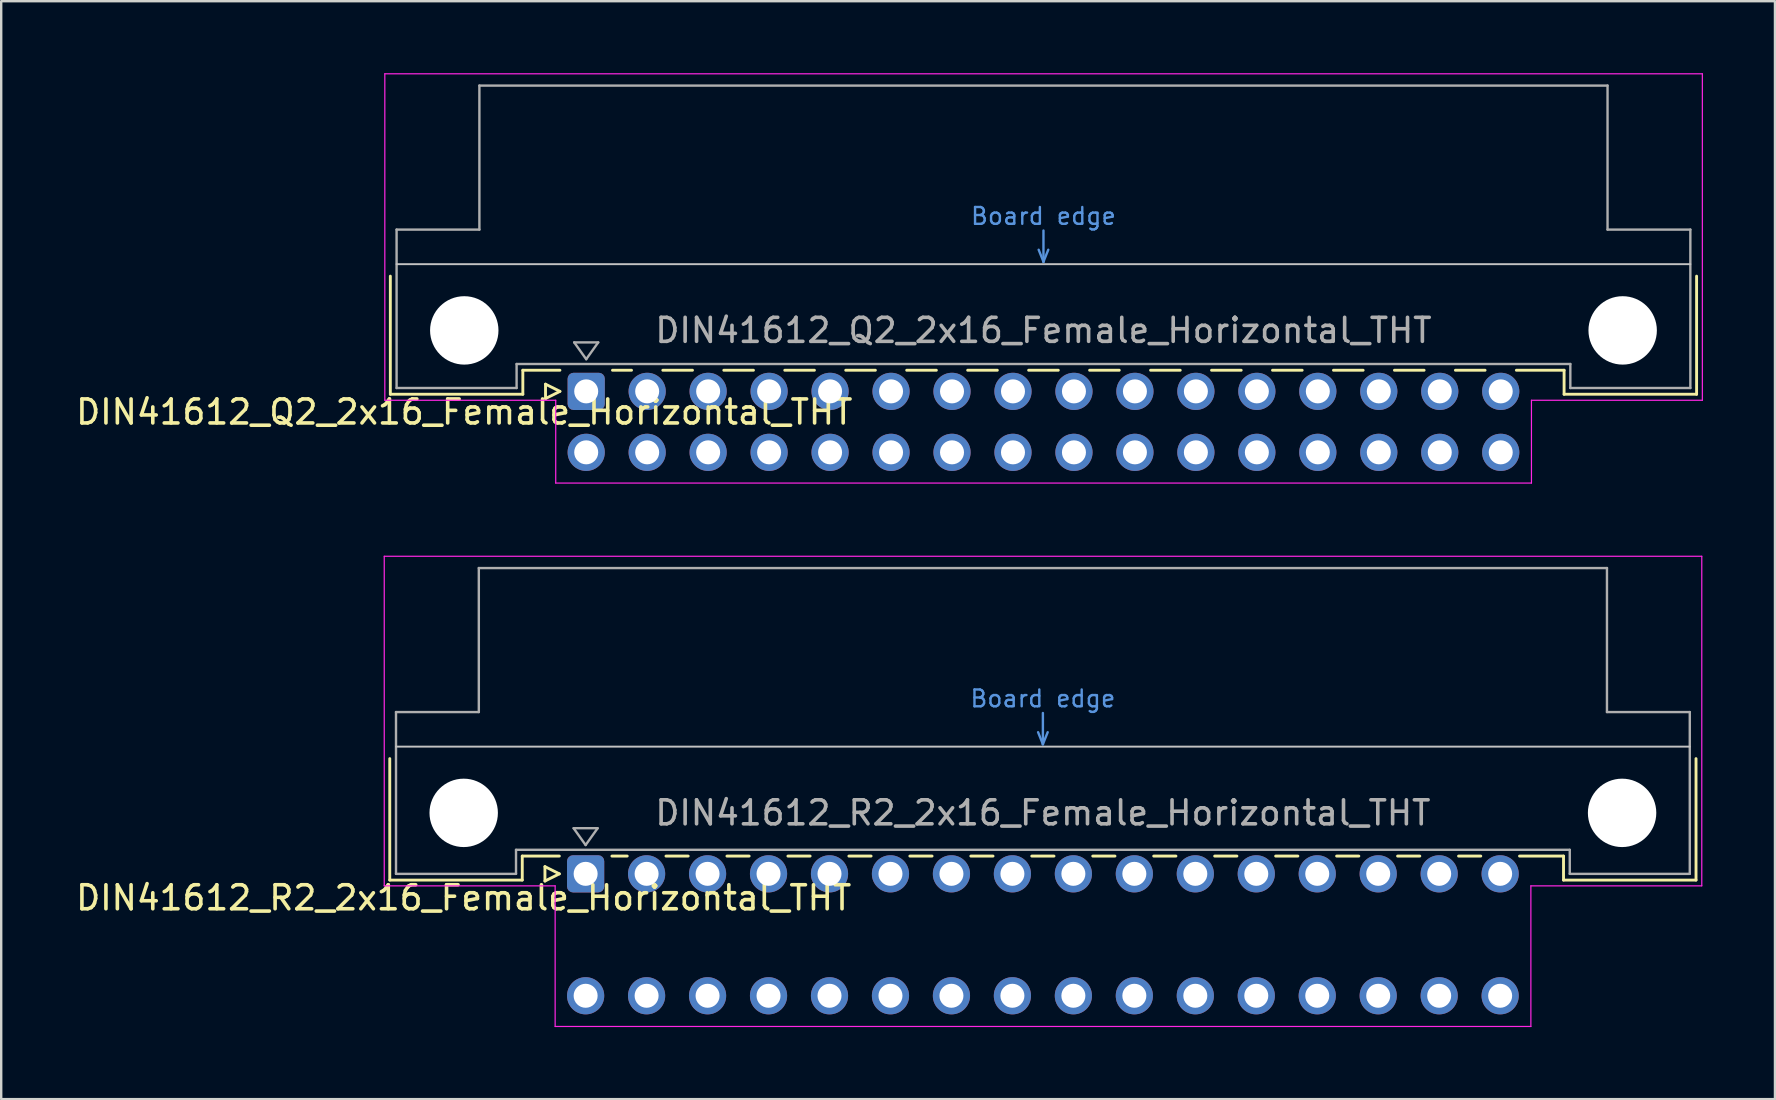
<source format=kicad_pcb>
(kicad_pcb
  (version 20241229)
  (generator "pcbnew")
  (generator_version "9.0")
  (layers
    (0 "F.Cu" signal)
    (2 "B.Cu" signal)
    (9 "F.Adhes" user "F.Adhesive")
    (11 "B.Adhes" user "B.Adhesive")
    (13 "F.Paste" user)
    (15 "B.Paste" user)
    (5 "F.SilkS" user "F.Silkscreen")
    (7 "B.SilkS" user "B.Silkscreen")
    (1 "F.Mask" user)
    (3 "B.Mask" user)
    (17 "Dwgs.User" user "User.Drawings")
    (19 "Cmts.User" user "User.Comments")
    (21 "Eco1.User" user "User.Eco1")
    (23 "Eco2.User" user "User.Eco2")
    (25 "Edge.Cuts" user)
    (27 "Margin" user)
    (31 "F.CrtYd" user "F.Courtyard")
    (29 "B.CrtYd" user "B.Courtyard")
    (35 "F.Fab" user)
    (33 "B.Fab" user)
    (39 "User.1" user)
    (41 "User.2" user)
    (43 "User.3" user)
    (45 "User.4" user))
  (footprint "DIN41612_R2_2x16_Female_Horizontal_THT"
    (layer "F.Cu")
    (at 21.348 33.355)
    (property "Reference" "DIN41612_R2_2x16_Female_Horizontal_THT" (at -5.08 1 0) (layer "F.SilkS") (effects (font (size 1 1) (thickness 0.15))))
    (attr through_hole)
    (fp_line (start -8.16 -4.8) (end -8.16 0.26) (stroke (width 0.12) (type solid)) (layer "F.SilkS"))
    (fp_line (start -8.16 0.26) (end -2.64 0.26) (stroke (width 0.12) (type solid)) (layer "F.SilkS"))
    (fp_line (start -2.64 -0.74) (end -1.095 -0.74) (stroke (width 0.12) (type solid)) (layer "F.SilkS"))
    (fp_line (start -2.64 0.26) (end -2.64 -0.74) (stroke (width 0.12) (type solid)) (layer "F.SilkS"))
    (fp_line (start -1.695 -0.3) (end -1.695 0.3) (stroke (width 0.12) (type solid)) (layer "F.SilkS"))
    (fp_line (start -1.695 0.3) (end -1.095 0) (stroke (width 0.12) (type solid)) (layer "F.SilkS"))
    (fp_line (start -1.095 0) (end -1.695 -0.3) (stroke (width 0.12) (type solid)) (layer "F.SilkS"))
    (fp_line (start 1.095 -0.74) (end 1.733 -0.74) (stroke (width 0.12) (type solid)) (layer "F.SilkS"))
    (fp_line (start 3.347 -0.74) (end 4.273 -0.74) (stroke (width 0.12) (type solid)) (layer "F.SilkS"))
    (fp_line (start 5.887 -0.74) (end 6.813 -0.74) (stroke (width 0.12) (type solid)) (layer "F.SilkS"))
    (fp_line (start 8.427 -0.74) (end 9.353 -0.74) (stroke (width 0.12) (type solid)) (layer "F.SilkS"))
    (fp_line (start 10.967 -0.74) (end 11.893 -0.74) (stroke (width 0.12) (type solid)) (layer "F.SilkS"))
    (fp_line (start 13.507 -0.74) (end 14.433 -0.74) (stroke (width 0.12) (type solid)) (layer "F.SilkS"))
    (fp_line (start 16.047 -0.74) (end 16.973 -0.74) (stroke (width 0.12) (type solid)) (layer "F.SilkS"))
    (fp_line (start 18.587 -0.74) (end 19.513 -0.74) (stroke (width 0.12) (type solid)) (layer "F.SilkS"))
    (fp_line (start 21.127 -0.74) (end 22.053 -0.74) (stroke (width 0.12) (type solid)) (layer "F.SilkS"))
    (fp_line (start 23.667 -0.74) (end 24.593 -0.74) (stroke (width 0.12) (type solid)) (layer "F.SilkS"))
    (fp_line (start 26.207 -0.74) (end 27.133 -0.74) (stroke (width 0.12) (type solid)) (layer "F.SilkS"))
    (fp_line (start 28.747 -0.74) (end 29.673 -0.74) (stroke (width 0.12) (type solid)) (layer "F.SilkS"))
    (fp_line (start 31.287 -0.74) (end 32.213 -0.74) (stroke (width 0.12) (type solid)) (layer "F.SilkS"))
    (fp_line (start 33.827 -0.74) (end 34.753 -0.74) (stroke (width 0.12) (type solid)) (layer "F.SilkS"))
    (fp_line (start 36.367 -0.74) (end 37.293 -0.74) (stroke (width 0.12) (type solid)) (layer "F.SilkS"))
    (fp_line (start 38.907 -0.74) (end 40.74 -0.74) (stroke (width 0.12) (type solid)) (layer "F.SilkS"))
    (fp_line (start 40.74 0.26) (end 40.74 -0.74) (stroke (width 0.12) (type solid)) (layer "F.SilkS"))
    (fp_line (start 46.26 -4.8) (end 46.26 0.26) (stroke (width 0.12) (type solid)) (layer "F.SilkS"))
    (fp_line (start 46.26 0.26) (end 40.74 0.26) (stroke (width 0.12) (type solid)) (layer "F.SilkS"))
    (fp_line (start -7.9 -5.3) (end 46 -5.3) (stroke (width 0.08) (type solid)) (layer "Dwgs.User"))
    (fp_line (start 18.85 -5.9) (end 19.05 -5.4) (stroke (width 0.1) (type solid)) (layer "Cmts.User"))
    (fp_line (start 19.05 -5.4) (end 19.05 -6.7) (stroke (width 0.1) (type solid)) (layer "Cmts.User"))
    (fp_line (start 19.05 -5.4) (end 19.25 -5.9) (stroke (width 0.1) (type solid)) (layer "Cmts.User"))
    (fp_line (start -8.39 -13.23) (end -8.39 0.5) (stroke (width 0.05) (type solid)) (layer "F.CrtYd"))
    (fp_line (start -8.39 0.5) (end -1.27 0.5) (stroke (width 0.05) (type solid)) (layer "F.CrtYd"))
    (fp_line (start -1.27 0.5) (end -1.27 6.36) (stroke (width 0.05) (type solid)) (layer "F.CrtYd"))
    (fp_line (start -1.27 6.36) (end 39.38 6.36) (stroke (width 0.05) (type solid)) (layer "F.CrtYd"))
    (fp_line (start 39.38 0.5) (end 46.5 0.5) (stroke (width 0.05) (type solid)) (layer "F.CrtYd"))
    (fp_line (start 39.38 6.36) (end 39.38 0.5) (stroke (width 0.05) (type solid)) (layer "F.CrtYd"))
    (fp_line (start 46.5 -13.23) (end -8.39 -13.23) (stroke (width 0.05) (type solid)) (layer "F.CrtYd"))
    (fp_line (start 46.5 0.5) (end 46.5 -13.23) (stroke (width 0.05) (type solid)) (layer "F.CrtYd"))
    (fp_line (start -7.9 -6.74) (end -7.9 0) (stroke (width 0.1) (type solid)) (layer "F.Fab"))
    (fp_line (start -7.9 0) (end -2.9 0) (stroke (width 0.1) (type solid)) (layer "F.Fab"))
    (fp_line (start -4.45 -12.74) (end -4.45 -6.74) (stroke (width 0.1) (type solid)) (layer "F.Fab"))
    (fp_line (start -4.45 -6.74) (end -7.9 -6.74) (stroke (width 0.1) (type solid)) (layer "F.Fab"))
    (fp_line (start -2.9 -1) (end 41 -1) (stroke (width 0.1) (type solid)) (layer "F.Fab"))
    (fp_line (start -2.9 0) (end -2.9 -1) (stroke (width 0.1) (type solid)) (layer "F.Fab"))
    (fp_line (start -0.5 -1.9) (end 0.5 -1.9) (stroke (width 0.1) (type solid)) (layer "F.Fab"))
    (fp_line (start 0 -1.2) (end -0.5 -1.9) (stroke (width 0.1) (type solid)) (layer "F.Fab"))
    (fp_line (start 0.5 -1.9) (end 0 -1.2) (stroke (width 0.1) (type solid)) (layer "F.Fab"))
    (fp_line (start 41 -1) (end 41 0) (stroke (width 0.1) (type solid)) (layer "F.Fab"))
    (fp_line (start 41 0) (end 46 0) (stroke (width 0.1) (type solid)) (layer "F.Fab"))
    (fp_line (start 42.55 -12.74) (end -4.45 -12.74) (stroke (width 0.1) (type solid)) (layer "F.Fab"))
    (fp_line (start 42.55 -6.74) (end 42.55 -12.74) (stroke (width 0.1) (type solid)) (layer "F.Fab"))
    (fp_line (start 46 -6.74) (end 42.55 -6.74) (stroke (width 0.1) (type solid)) (layer "F.Fab"))
    (fp_line (start 46 0) (end 46 -6.74) (stroke (width 0.1) (type solid)) (layer "F.Fab"))
    (fp_text user "Board edge" (at 19.05 -7.3 0) (layer "Cmts.User") (effects (font (size 0.7 0.7) (thickness 0.1))))
    (fp_text user "${REFERENCE}" (at 19.05 -2.54 0) (layer "F.Fab") (effects (font (size 1 1) (thickness 0.15))))
    (pad "" np_thru_hole circle (at -5.08 -2.54) (size 2.85 2.85) (drill 2.85) (layers "*.Cu" "*.Mask"))
    (pad "" np_thru_hole circle (at 43.18 -2.54) (size 2.85 2.85) (drill 2.85) (layers "*.Cu" "*.Mask"))
    (pad "a1" thru_hole roundrect (at 0 0) (size 1.55 1.55) (drill 1) (layers "*.Cu" "*.Mask") (roundrect_rratio 0.161))
    (pad "a2" thru_hole circle (at 2.54 0) (size 1.55 1.55) (drill 1) (layers "*.Cu" "*.Mask"))
    (pad "a3" thru_hole circle (at 5.08 0) (size 1.55 1.55) (drill 1) (layers "*.Cu" "*.Mask"))
    (pad "a4" thru_hole circle (at 7.62 0) (size 1.55 1.55) (drill 1) (layers "*.Cu" "*.Mask"))
    (pad "a5" thru_hole circle (at 10.16 0) (size 1.55 1.55) (drill 1) (layers "*.Cu" "*.Mask"))
    (pad "a6" thru_hole circle (at 12.7 0) (size 1.55 1.55) (drill 1) (layers "*.Cu" "*.Mask"))
    (pad "a7" thru_hole circle (at 15.24 0) (size 1.55 1.55) (drill 1) (layers "*.Cu" "*.Mask"))
    (pad "a8" thru_hole circle (at 17.78 0) (size 1.55 1.55) (drill 1) (layers "*.Cu" "*.Mask"))
    (pad "a9" thru_hole circle (at 20.32 0) (size 1.55 1.55) (drill 1) (layers "*.Cu" "*.Mask"))
    (pad "a10" thru_hole circle (at 22.86 0) (size 1.55 1.55) (drill 1) (layers "*.Cu" "*.Mask"))
    (pad "a11" thru_hole circle (at 25.4 0) (size 1.55 1.55) (drill 1) (layers "*.Cu" "*.Mask"))
    (pad "a12" thru_hole circle (at 27.94 0) (size 1.55 1.55) (drill 1) (layers "*.Cu" "*.Mask"))
    (pad "a13" thru_hole circle (at 30.48 0) (size 1.55 1.55) (drill 1) (layers "*.Cu" "*.Mask"))
    (pad "a14" thru_hole circle (at 33.02 0) (size 1.55 1.55) (drill 1) (layers "*.Cu" "*.Mask"))
    (pad "a15" thru_hole circle (at 35.56 0) (size 1.55 1.55) (drill 1) (layers "*.Cu" "*.Mask"))
    (pad "a16" thru_hole circle (at 38.1 0) (size 1.55 1.55) (drill 1) (layers "*.Cu" "*.Mask"))
    (pad "c1" thru_hole circle (at 0 5.08) (size 1.55 1.55) (drill 1) (layers "*.Cu" "*.Mask"))
    (pad "c2" thru_hole circle (at 2.54 5.08) (size 1.55 1.55) (drill 1) (layers "*.Cu" "*.Mask"))
    (pad "c3" thru_hole circle (at 5.08 5.08) (size 1.55 1.55) (drill 1) (layers "*.Cu" "*.Mask"))
    (pad "c4" thru_hole circle (at 7.62 5.08) (size 1.55 1.55) (drill 1) (layers "*.Cu" "*.Mask"))
    (pad "c5" thru_hole circle (at 10.16 5.08) (size 1.55 1.55) (drill 1) (layers "*.Cu" "*.Mask"))
    (pad "c6" thru_hole circle (at 12.7 5.08) (size 1.55 1.55) (drill 1) (layers "*.Cu" "*.Mask"))
    (pad "c7" thru_hole circle (at 15.24 5.08) (size 1.55 1.55) (drill 1) (layers "*.Cu" "*.Mask"))
    (pad "c8" thru_hole circle (at 17.78 5.08) (size 1.55 1.55) (drill 1) (layers "*.Cu" "*.Mask"))
    (pad "c9" thru_hole circle (at 20.32 5.08) (size 1.55 1.55) (drill 1) (layers "*.Cu" "*.Mask"))
    (pad "c10" thru_hole circle (at 22.86 5.08) (size 1.55 1.55) (drill 1) (layers "*.Cu" "*.Mask"))
    (pad "c11" thru_hole circle (at 25.4 5.08) (size 1.55 1.55) (drill 1) (layers "*.Cu" "*.Mask"))
    (pad "c12" thru_hole circle (at 27.94 5.08) (size 1.55 1.55) (drill 1) (layers "*.Cu" "*.Mask"))
    (pad "c13" thru_hole circle (at 30.48 5.08) (size 1.55 1.55) (drill 1) (layers "*.Cu" "*.Mask"))
    (pad "c14" thru_hole circle (at 33.02 5.08) (size 1.55 1.55) (drill 1) (layers "*.Cu" "*.Mask"))
    (pad "c15" thru_hole circle (at 35.56 5.08) (size 1.55 1.55) (drill 1) (layers "*.Cu" "*.Mask"))
    (pad "c16" thru_hole circle (at 38.1 5.08) (size 1.55 1.55) (drill 1) (layers "*.Cu" "*.Mask")))
  (footprint "DIN41612_Q2_2x16_Female_Horizontal_THT"
    (layer "F.Cu")
    (at 21.372 13.255)
    (property "Reference" "DIN41612_Q2_2x16_Female_Horizontal_THT" (at -5.08 0.86 0) (layer "F.SilkS") (effects (font (size 1 1) (thickness 0.15))))
    (attr through_hole)
    (fp_line (start -8.16 -4.8) (end -8.16 0.12) (stroke (width 0.12) (type solid)) (layer "F.SilkS"))
    (fp_line (start -8.16 0.12) (end -2.64 0.12) (stroke (width 0.12) (type solid)) (layer "F.SilkS"))
    (fp_line (start -2.64 -0.88) (end -1.095 -0.88) (stroke (width 0.12) (type solid)) (layer "F.SilkS"))
    (fp_line (start -2.64 0.12) (end -2.64 -0.88) (stroke (width 0.12) (type solid)) (layer "F.SilkS"))
    (fp_line (start -1.695 -0.3) (end -1.695 0.3) (stroke (width 0.12) (type solid)) (layer "F.SilkS"))
    (fp_line (start -1.695 0.3) (end -1.095 0) (stroke (width 0.12) (type solid)) (layer "F.SilkS"))
    (fp_line (start -1.095 0) (end -1.695 -0.3) (stroke (width 0.12) (type solid)) (layer "F.SilkS"))
    (fp_line (start 1.095 -0.88) (end 1.888 -0.88) (stroke (width 0.12) (type solid)) (layer "F.SilkS"))
    (fp_line (start 3.192 -0.88) (end 4.428 -0.88) (stroke (width 0.12) (type solid)) (layer "F.SilkS"))
    (fp_line (start 5.732 -0.88) (end 6.968 -0.88) (stroke (width 0.12) (type solid)) (layer "F.SilkS"))
    (fp_line (start 8.272 -0.88) (end 9.508 -0.88) (stroke (width 0.12) (type solid)) (layer "F.SilkS"))
    (fp_line (start 10.812 -0.88) (end 12.048 -0.88) (stroke (width 0.12) (type solid)) (layer "F.SilkS"))
    (fp_line (start 13.352 -0.88) (end 14.588 -0.88) (stroke (width 0.12) (type solid)) (layer "F.SilkS"))
    (fp_line (start 15.892 -0.88) (end 17.128 -0.88) (stroke (width 0.12) (type solid)) (layer "F.SilkS"))
    (fp_line (start 18.432 -0.88) (end 19.668 -0.88) (stroke (width 0.12) (type solid)) (layer "F.SilkS"))
    (fp_line (start 20.972 -0.88) (end 22.208 -0.88) (stroke (width 0.12) (type solid)) (layer "F.SilkS"))
    (fp_line (start 23.512 -0.88) (end 24.748 -0.88) (stroke (width 0.12) (type solid)) (layer "F.SilkS"))
    (fp_line (start 26.052 -0.88) (end 27.288 -0.88) (stroke (width 0.12) (type solid)) (layer "F.SilkS"))
    (fp_line (start 28.592 -0.88) (end 29.828 -0.88) (stroke (width 0.12) (type solid)) (layer "F.SilkS"))
    (fp_line (start 31.132 -0.88) (end 32.368 -0.88) (stroke (width 0.12) (type solid)) (layer "F.SilkS"))
    (fp_line (start 33.672 -0.88) (end 34.908 -0.88) (stroke (width 0.12) (type solid)) (layer "F.SilkS"))
    (fp_line (start 36.212 -0.88) (end 37.448 -0.88) (stroke (width 0.12) (type solid)) (layer "F.SilkS"))
    (fp_line (start 38.752 -0.88) (end 40.74 -0.88) (stroke (width 0.12) (type solid)) (layer "F.SilkS"))
    (fp_line (start 40.74 0.12) (end 40.74 -0.88) (stroke (width 0.12) (type solid)) (layer "F.SilkS"))
    (fp_line (start 46.26 -4.8) (end 46.26 0.12) (stroke (width 0.12) (type solid)) (layer "F.SilkS"))
    (fp_line (start 46.26 0.12) (end 40.74 0.12) (stroke (width 0.12) (type solid)) (layer "F.SilkS"))
    (fp_line (start -7.9 -5.3) (end 46 -5.3) (stroke (width 0.08) (type solid)) (layer "Dwgs.User"))
    (fp_line (start 18.85 -5.9) (end 19.05 -5.4) (stroke (width 0.1) (type solid)) (layer "Cmts.User"))
    (fp_line (start 19.05 -5.4) (end 19.05 -6.7) (stroke (width 0.1) (type solid)) (layer "Cmts.User"))
    (fp_line (start 19.05 -5.4) (end 19.25 -5.9) (stroke (width 0.1) (type solid)) (layer "Cmts.User"))
    (fp_line (start -8.39 -13.23) (end -8.39 0.37) (stroke (width 0.05) (type solid)) (layer "F.CrtYd"))
    (fp_line (start -8.39 0.37) (end -1.27 0.37) (stroke (width 0.05) (type solid)) (layer "F.CrtYd"))
    (fp_line (start -1.27 0.37) (end -1.27 3.82) (stroke (width 0.05) (type solid)) (layer "F.CrtYd"))
    (fp_line (start -1.27 3.82) (end 39.38 3.82) (stroke (width 0.05) (type solid)) (layer "F.CrtYd"))
    (fp_line (start 39.38 0.37) (end 46.5 0.37) (stroke (width 0.05) (type solid)) (layer "F.CrtYd"))
    (fp_line (start 39.38 3.82) (end 39.38 0.37) (stroke (width 0.05) (type solid)) (layer "F.CrtYd"))
    (fp_line (start 46.5 -13.23) (end -8.39 -13.23) (stroke (width 0.05) (type solid)) (layer "F.CrtYd"))
    (fp_line (start 46.5 0.37) (end 46.5 -13.23) (stroke (width 0.05) (type solid)) (layer "F.CrtYd"))
    (fp_line (start -7.9 -6.74) (end -7.9 -0.14) (stroke (width 0.1) (type solid)) (layer "F.Fab"))
    (fp_line (start -7.9 -0.14) (end -2.9 -0.14) (stroke (width 0.1) (type solid)) (layer "F.Fab"))
    (fp_line (start -4.45 -12.74) (end -4.45 -6.74) (stroke (width 0.1) (type solid)) (layer "F.Fab"))
    (fp_line (start -4.45 -6.74) (end -7.9 -6.74) (stroke (width 0.1) (type solid)) (layer "F.Fab"))
    (fp_line (start -2.9 -1.14) (end 41 -1.14) (stroke (width 0.1) (type solid)) (layer "F.Fab"))
    (fp_line (start -2.9 -0.14) (end -2.9 -1.14) (stroke (width 0.1) (type solid)) (layer "F.Fab"))
    (fp_line (start -0.5 -2.04) (end 0.5 -2.04) (stroke (width 0.1) (type solid)) (layer "F.Fab"))
    (fp_line (start 0 -1.34) (end -0.5 -2.04) (stroke (width 0.1) (type solid)) (layer "F.Fab"))
    (fp_line (start 0.5 -2.04) (end 0 -1.34) (stroke (width 0.1) (type solid)) (layer "F.Fab"))
    (fp_line (start 41 -1.14) (end 41 -0.14) (stroke (width 0.1) (type solid)) (layer "F.Fab"))
    (fp_line (start 41 -0.14) (end 46 -0.14) (stroke (width 0.1) (type solid)) (layer "F.Fab"))
    (fp_line (start 42.55 -12.74) (end -4.45 -12.74) (stroke (width 0.1) (type solid)) (layer "F.Fab"))
    (fp_line (start 42.55 -6.74) (end 42.55 -12.74) (stroke (width 0.1) (type solid)) (layer "F.Fab"))
    (fp_line (start 46 -6.74) (end 42.55 -6.74) (stroke (width 0.1) (type solid)) (layer "F.Fab"))
    (fp_line (start 46 -0.14) (end 46 -6.74) (stroke (width 0.1) (type solid)) (layer "F.Fab"))
    (fp_text user "Board edge" (at 19.05 -7.3 0) (layer "Cmts.User") (effects (font (size 0.7 0.7) (thickness 0.1))))
    (fp_text user "${REFERENCE}" (at 19.05 -2.54 0) (layer "F.Fab") (effects (font (size 1 1) (thickness 0.15))))
    (pad "" np_thru_hole circle (at -5.08 -2.54) (size 2.85 2.85) (drill 2.85) (layers "*.Cu" "*.Mask"))
    (pad "" np_thru_hole circle (at 43.18 -2.54) (size 2.85 2.85) (drill 2.85) (layers "*.Cu" "*.Mask"))
    (pad "a1" thru_hole roundrect (at 0 0) (size 1.55 1.55) (drill 1) (layers "*.Cu" "*.Mask") (roundrect_rratio 0.161))
    (pad "a2" thru_hole circle (at 2.54 0) (size 1.55 1.55) (drill 1) (layers "*.Cu" "*.Mask"))
    (pad "a3" thru_hole circle (at 5.08 0) (size 1.55 1.55) (drill 1) (layers "*.Cu" "*.Mask"))
    (pad "a4" thru_hole circle (at 7.62 0) (size 1.55 1.55) (drill 1) (layers "*.Cu" "*.Mask"))
    (pad "a5" thru_hole circle (at 10.16 0) (size 1.55 1.55) (drill 1) (layers "*.Cu" "*.Mask"))
    (pad "a6" thru_hole circle (at 12.7 0) (size 1.55 1.55) (drill 1) (layers "*.Cu" "*.Mask"))
    (pad "a7" thru_hole circle (at 15.24 0) (size 1.55 1.55) (drill 1) (layers "*.Cu" "*.Mask"))
    (pad "a8" thru_hole circle (at 17.78 0) (size 1.55 1.55) (drill 1) (layers "*.Cu" "*.Mask"))
    (pad "a9" thru_hole circle (at 20.32 0) (size 1.55 1.55) (drill 1) (layers "*.Cu" "*.Mask"))
    (pad "a10" thru_hole circle (at 22.86 0) (size 1.55 1.55) (drill 1) (layers "*.Cu" "*.Mask"))
    (pad "a11" thru_hole circle (at 25.4 0) (size 1.55 1.55) (drill 1) (layers "*.Cu" "*.Mask"))
    (pad "a12" thru_hole circle (at 27.94 0) (size 1.55 1.55) (drill 1) (layers "*.Cu" "*.Mask"))
    (pad "a13" thru_hole circle (at 30.48 0) (size 1.55 1.55) (drill 1) (layers "*.Cu" "*.Mask"))
    (pad "a14" thru_hole circle (at 33.02 0) (size 1.55 1.55) (drill 1) (layers "*.Cu" "*.Mask"))
    (pad "a15" thru_hole circle (at 35.56 0) (size 1.55 1.55) (drill 1) (layers "*.Cu" "*.Mask"))
    (pad "a16" thru_hole circle (at 38.1 0) (size 1.55 1.55) (drill 1) (layers "*.Cu" "*.Mask"))
    (pad "b1" thru_hole circle (at 0 2.54) (size 1.55 1.55) (drill 1) (layers "*.Cu" "*.Mask"))
    (pad "b2" thru_hole circle (at 2.54 2.54) (size 1.55 1.55) (drill 1) (layers "*.Cu" "*.Mask"))
    (pad "b3" thru_hole circle (at 5.08 2.54) (size 1.55 1.55) (drill 1) (layers "*.Cu" "*.Mask"))
    (pad "b4" thru_hole circle (at 7.62 2.54) (size 1.55 1.55) (drill 1) (layers "*.Cu" "*.Mask"))
    (pad "b5" thru_hole circle (at 10.16 2.54) (size 1.55 1.55) (drill 1) (layers "*.Cu" "*.Mask"))
    (pad "b6" thru_hole circle (at 12.7 2.54) (size 1.55 1.55) (drill 1) (layers "*.Cu" "*.Mask"))
    (pad "b7" thru_hole circle (at 15.24 2.54) (size 1.55 1.55) (drill 1) (layers "*.Cu" "*.Mask"))
    (pad "b8" thru_hole circle (at 17.78 2.54) (size 1.55 1.55) (drill 1) (layers "*.Cu" "*.Mask"))
    (pad "b9" thru_hole circle (at 20.32 2.54) (size 1.55 1.55) (drill 1) (layers "*.Cu" "*.Mask"))
    (pad "b10" thru_hole circle (at 22.86 2.54) (size 1.55 1.55) (drill 1) (layers "*.Cu" "*.Mask"))
    (pad "b11" thru_hole circle (at 25.4 2.54) (size 1.55 1.55) (drill 1) (layers "*.Cu" "*.Mask"))
    (pad "b12" thru_hole circle (at 27.94 2.54) (size 1.55 1.55) (drill 1) (layers "*.Cu" "*.Mask"))
    (pad "b13" thru_hole circle (at 30.48 2.54) (size 1.55 1.55) (drill 1) (layers "*.Cu" "*.Mask"))
    (pad "b14" thru_hole circle (at 33.02 2.54) (size 1.55 1.55) (drill 1) (layers "*.Cu" "*.Mask"))
    (pad "b15" thru_hole circle (at 35.56 2.54) (size 1.55 1.55) (drill 1) (layers "*.Cu" "*.Mask"))
    (pad "b16" thru_hole circle (at 38.1 2.54) (size 1.55 1.55) (drill 1) (layers "*.Cu" "*.Mask")))
  (gr_rect
    (start -3 -3)
    (end 70.897 42.74)
    (stroke (width 0.1) (type default))
    (fill no)
    (layer "Edge.Cuts")))
</source>
